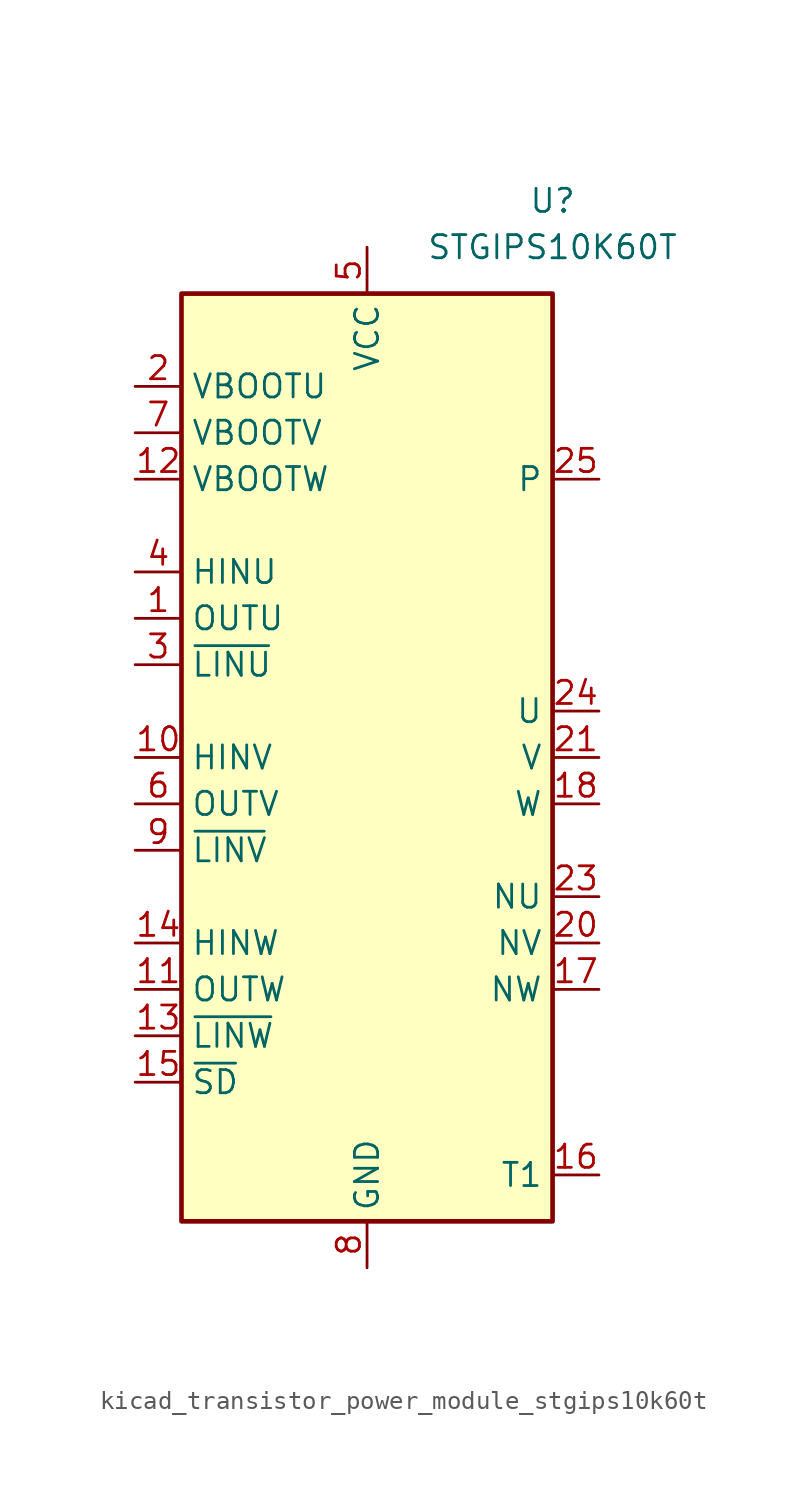
<source format=kicad_sym>
(kicad_symbol_lib
  (version 20220914)
  (generator kicad_symbol_editor)
  (symbol "kicad_transistor_power_module_stgips10k60t"
    (property "Reference" "U"
      (at 10.16 30.48 0)
      (effects (font (size 1.27 1.27))))
    (property "Value" "STGIPS10K60T"
      (at 10.16 27.94 0)
      (effects (font (size 1.27 1.27))))
    (symbol "kicad_transistor_power_module_stgips10k60t_0_1"
      (rectangle (start -10.16 25.4) (end 10.16 -25.4) (stroke (width 0.254) (type default)) (fill (type background))))
    (symbol "kicad_transistor_power_module_stgips10k60t_1_1"
      (pin output line (at -12.7 7.62 0) (length 2.54) (name "OUTU" (effects (font (size 1.27 1.27)))) (number "1" (effects (font (size 1.27 1.27)))))
      (pin input line (at -12.7 0 0) (length 2.54) (name "HINV" (effects (font (size 1.27 1.27)))) (number "10" (effects (font (size 1.27 1.27)))))
      (pin output line (at -12.7 -12.7 0) (length 2.54) (name "OUTW" (effects (font (size 1.27 1.27)))) (number "11" (effects (font (size 1.27 1.27)))))
      (pin passive line (at -12.7 15.24 0) (length 2.54) (name "VBOOTW" (effects (font (size 1.27 1.27)))) (number "12" (effects (font (size 1.27 1.27)))))
      (pin input line (at -12.7 -15.24 0) (length 2.54) (name "~{LINW}" (effects (font (size 1.27 1.27)))) (number "13" (effects (font (size 1.27 1.27)))))
      (pin input line (at -12.7 -10.16 0) (length 2.54) (name "HINW" (effects (font (size 1.27 1.27)))) (number "14" (effects (font (size 1.27 1.27)))))
      (pin input line (at -12.7 -17.78 0) (length 2.54) (name "~{SD}" (effects (font (size 1.27 1.27)))) (number "15" (effects (font (size 1.27 1.27)))))
      (pin passive line (at 12.7 -22.86 180) (length 2.54) (name "T1" (effects (font (size 1.27 1.27)))) (number "16" (effects (font (size 1.27 1.27)))))
      (pin passive line (at 12.7 -12.7 180) (length 2.54) (name "NW" (effects (font (size 1.27 1.27)))) (number "17" (effects (font (size 1.27 1.27)))))
      (pin passive line (at 12.7 -2.54 180) (length 2.54) (name "W" (effects (font (size 1.27 1.27)))) (number "18" (effects (font (size 1.27 1.27)))))
      (pin passive line (at 12.7 15.24 180) (length 2.54) hide (name "P" (effects (font (size 1.27 1.27)))) (number "19" (effects (font (size 1.27 1.27)))))
      (pin passive line (at -12.7 20.32 0) (length 2.54) (name "VBOOTU" (effects (font (size 1.27 1.27)))) (number "2" (effects (font (size 1.27 1.27)))))
      (pin passive line (at 12.7 -10.16 180) (length 2.54) (name "NV" (effects (font (size 1.27 1.27)))) (number "20" (effects (font (size 1.27 1.27)))))
      (pin passive line (at 12.7 0 180) (length 2.54) (name "V" (effects (font (size 1.27 1.27)))) (number "21" (effects (font (size 1.27 1.27)))))
      (pin passive line (at 12.7 15.24 180) (length 2.54) hide (name "P" (effects (font (size 1.27 1.27)))) (number "22" (effects (font (size 1.27 1.27)))))
      (pin passive line (at 12.7 -7.62 180) (length 2.54) (name "NU" (effects (font (size 1.27 1.27)))) (number "23" (effects (font (size 1.27 1.27)))))
      (pin passive line (at 12.7 2.54 180) (length 2.54) (name "U" (effects (font (size 1.27 1.27)))) (number "24" (effects (font (size 1.27 1.27)))))
      (pin passive line (at 12.7 15.24 180) (length 2.54) (name "P" (effects (font (size 1.27 1.27)))) (number "25" (effects (font (size 1.27 1.27)))))
      (pin input line (at -12.7 5.08 0) (length 2.54) (name "~{LINU}" (effects (font (size 1.27 1.27)))) (number "3" (effects (font (size 1.27 1.27)))))
      (pin input line (at -12.7 10.16 0) (length 2.54) (name "HINU" (effects (font (size 1.27 1.27)))) (number "4" (effects (font (size 1.27 1.27)))))
      (pin power_in line (at 0 27.94 270) (length 2.54) (name "VCC" (effects (font (size 1.27 1.27)))) (number "5" (effects (font (size 1.27 1.27)))))
      (pin output line (at -12.7 -2.54 0) (length 2.54) (name "OUTV" (effects (font (size 1.27 1.27)))) (number "6" (effects (font (size 1.27 1.27)))))
      (pin passive line (at -12.7 17.78 0) (length 2.54) (name "VBOOTV" (effects (font (size 1.27 1.27)))) (number "7" (effects (font (size 1.27 1.27)))))
      (pin power_in line (at 0 -27.94 90) (length 2.54) (name "GND" (effects (font (size 1.27 1.27)))) (number "8" (effects (font (size 1.27 1.27)))))
      (pin input line (at -12.7 -5.08 0) (length 2.54) (name "~{LINV}" (effects (font (size 1.27 1.27)))) (number "9" (effects (font (size 1.27 1.27))))))))
</source>
